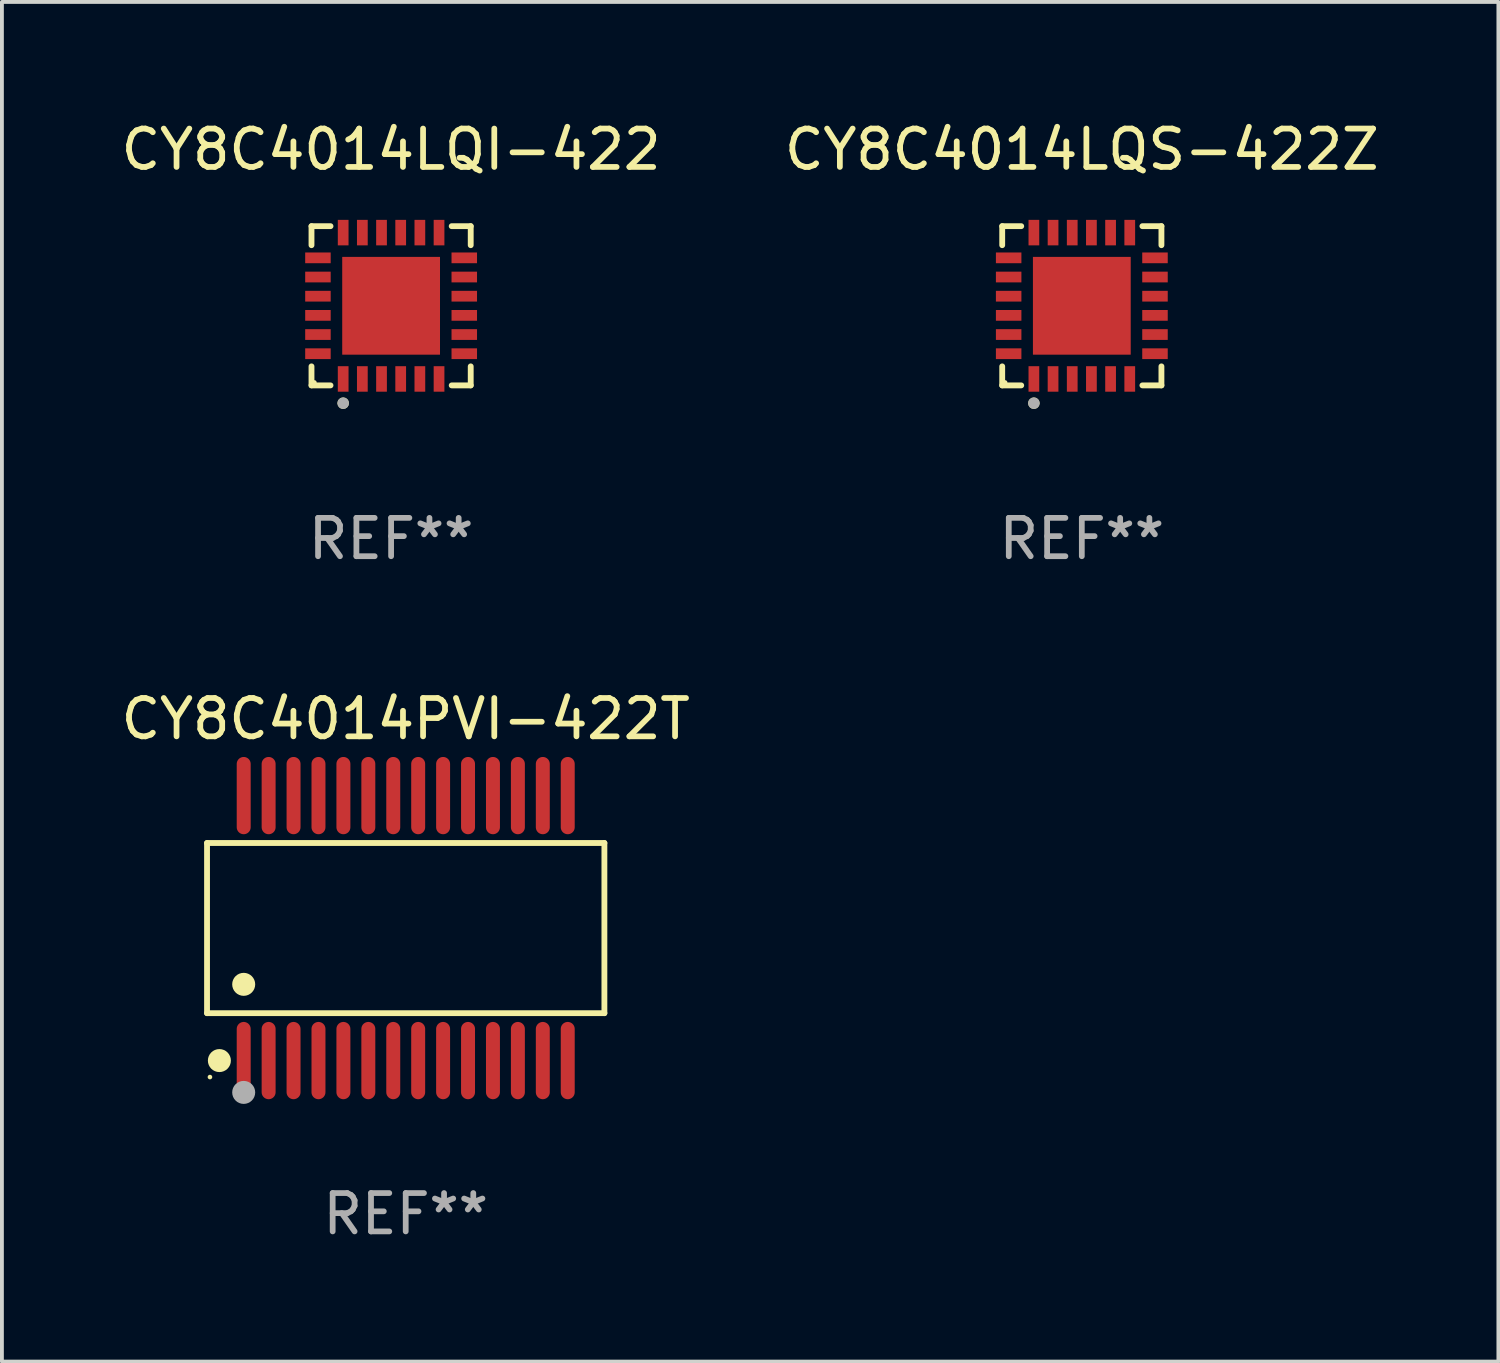
<source format=kicad_pcb>
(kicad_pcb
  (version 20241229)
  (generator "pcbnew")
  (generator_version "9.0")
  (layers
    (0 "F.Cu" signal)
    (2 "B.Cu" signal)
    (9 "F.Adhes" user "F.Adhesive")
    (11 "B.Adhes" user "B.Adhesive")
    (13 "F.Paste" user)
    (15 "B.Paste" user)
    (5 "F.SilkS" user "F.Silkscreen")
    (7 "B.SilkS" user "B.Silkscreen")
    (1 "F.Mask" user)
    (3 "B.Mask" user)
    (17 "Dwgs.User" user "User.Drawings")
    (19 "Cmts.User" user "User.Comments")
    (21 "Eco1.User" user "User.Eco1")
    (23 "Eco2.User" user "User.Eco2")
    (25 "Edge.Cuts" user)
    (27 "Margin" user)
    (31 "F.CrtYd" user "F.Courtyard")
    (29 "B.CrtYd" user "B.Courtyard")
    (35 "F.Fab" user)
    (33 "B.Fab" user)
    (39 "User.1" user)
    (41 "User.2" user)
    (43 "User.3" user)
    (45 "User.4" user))
  (footprint "CY8C4014LQI-422"
    (layer "F.Cu")
    (at 7.149 4.924)
    (property "Reference" "CY8C4014LQI-422" (at 0 -4.076 0) (layer "F.SilkS") (effects (font (size 1 1) (thickness 0.15))))
    (attr through_hole)
    (fp_line (start -2.076 -2.076) (end -1.58 -2.076) (stroke (width 0.152) (type solid)) (layer "F.SilkS"))
    (fp_line (start -2.076 -1.58) (end -2.076 -2.076) (stroke (width 0.152) (type solid)) (layer "F.SilkS"))
    (fp_line (start -2.076 1.58) (end -2.076 2.076) (stroke (width 0.152) (type solid)) (layer "F.SilkS"))
    (fp_line (start -2.076 2.076) (end -1.58 2.076) (stroke (width 0.152) (type solid)) (layer "F.SilkS"))
    (fp_line (start 2.076 -2.076) (end 1.58 -2.076) (stroke (width 0.152) (type solid)) (layer "F.SilkS"))
    (fp_line (start 2.076 -1.58) (end 2.076 -2.076) (stroke (width 0.152) (type solid)) (layer "F.SilkS"))
    (fp_line (start 2.076 1.58) (end 2.076 2.076) (stroke (width 0.152) (type solid)) (layer "F.SilkS"))
    (fp_line (start 2.076 2.076) (end 1.58 2.076) (stroke (width 0.152) (type solid)) (layer "F.SilkS"))
    (fp_circle (center -2 2) (end -1.97 2) (stroke (width 0.06) (type solid)) (fill no) (layer "F.SilkS"))
    (fp_circle (center -1.25 2.54) (end -1.175 2.54) (stroke (width 0.15) (type solid)) (fill no) (layer "F.SilkS"))
    (fp_circle (center -1.25 2.54) (end -1.175 2.54) (stroke (width 0.15) (type solid)) (fill no) (layer "F.Fab"))
    (fp_text user "REF**" (at 0 6.076 0) (layer "F.Fab") (effects (font (size 1 1) (thickness 0.15))))
    (pad "1" smd rect (at -1.25 1.908) (size 0.28 0.665) (layers "F.Cu" "F.Mask" "F.Paste"))
    (pad "2" smd rect (at -0.75 1.908) (size 0.28 0.665) (layers "F.Cu" "F.Mask" "F.Paste"))
    (pad "3" smd rect (at -0.25 1.908) (size 0.28 0.665) (layers "F.Cu" "F.Mask" "F.Paste"))
    (pad "4" smd rect (at 0.25 1.908) (size 0.28 0.665) (layers "F.Cu" "F.Mask" "F.Paste"))
    (pad "5" smd rect (at 0.75 1.908) (size 0.28 0.665) (layers "F.Cu" "F.Mask" "F.Paste"))
    (pad "6" smd rect (at 1.25 1.908) (size 0.28 0.665) (layers "F.Cu" "F.Mask" "F.Paste"))
    (pad "7" smd rect (at 1.908 1.25) (size 0.665 0.28) (layers "F.Cu" "F.Mask" "F.Paste"))
    (pad "8" smd rect (at 1.908 0.75) (size 0.665 0.28) (layers "F.Cu" "F.Mask" "F.Paste"))
    (pad "9" smd rect (at 1.908 0.25) (size 0.665 0.28) (layers "F.Cu" "F.Mask" "F.Paste"))
    (pad "10" smd rect (at 1.908 -0.25) (size 0.665 0.28) (layers "F.Cu" "F.Mask" "F.Paste"))
    (pad "11" smd rect (at 1.908 -0.75) (size 0.665 0.28) (layers "F.Cu" "F.Mask" "F.Paste"))
    (pad "12" smd rect (at 1.908 -1.25) (size 0.665 0.28) (layers "F.Cu" "F.Mask" "F.Paste"))
    (pad "13" smd rect (at 1.25 -1.908) (size 0.28 0.665) (layers "F.Cu" "F.Mask" "F.Paste"))
    (pad "14" smd rect (at 0.75 -1.908) (size 0.28 0.665) (layers "F.Cu" "F.Mask" "F.Paste"))
    (pad "15" smd rect (at 0.25 -1.908) (size 0.28 0.665) (layers "F.Cu" "F.Mask" "F.Paste"))
    (pad "16" smd rect (at -0.25 -1.908) (size 0.28 0.665) (layers "F.Cu" "F.Mask" "F.Paste"))
    (pad "17" smd rect (at -0.75 -1.908) (size 0.28 0.665) (layers "F.Cu" "F.Mask" "F.Paste"))
    (pad "18" smd rect (at -1.25 -1.908) (size 0.28 0.665) (layers "F.Cu" "F.Mask" "F.Paste"))
    (pad "19" smd rect (at -1.908 -1.25) (size 0.665 0.28) (layers "F.Cu" "F.Mask" "F.Paste"))
    (pad "20" smd rect (at -1.908 -0.75) (size 0.665 0.28) (layers "F.Cu" "F.Mask" "F.Paste"))
    (pad "21" smd rect (at -1.908 -0.25) (size 0.665 0.28) (layers "F.Cu" "F.Mask" "F.Paste"))
    (pad "22" smd rect (at -1.908 0.25) (size 0.665 0.28) (layers "F.Cu" "F.Mask" "F.Paste"))
    (pad "23" smd rect (at -1.908 0.75) (size 0.665 0.28) (layers "F.Cu" "F.Mask" "F.Paste"))
    (pad "24" smd rect (at -1.908 1.25) (size 0.665 0.28) (layers "F.Cu" "F.Mask" "F.Paste"))
    (pad "25" smd rect (at 0 0) (size 2.55 2.55) (layers "F.Cu" "F.Mask" "F.Paste")))
  (footprint "CY8C4014PVI-422T"
    (layer "F.Cu")
    (at 7.53 21.152)
    (property "Reference" "CY8C4014PVI-422T" (at 0 -5.455 0) (layer "F.SilkS") (effects (font (size 1 1) (thickness 0.15))))
    (attr through_hole)
    (fp_line (start -5.181 -2.219) (end 5.181 -2.219) (stroke (width 0.152) (type solid)) (layer "F.SilkS"))
    (fp_line (start -5.181 2.219) (end -5.181 -2.219) (stroke (width 0.152) (type solid)) (layer "F.SilkS"))
    (fp_line (start 5.181 -2.219) (end 5.181 2.219) (stroke (width 0.152) (type solid)) (layer "F.SilkS"))
    (fp_line (start 5.181 2.219) (end -5.181 2.219) (stroke (width 0.152) (type solid)) (layer "F.SilkS"))
    (fp_circle (center -5.105 3.885) (end -5.075 3.885) (stroke (width 0.06) (type solid)) (fill no) (layer "F.SilkS"))
    (fp_circle (center -4.859 3.455) (end -4.709 3.455) (stroke (width 0.3) (type solid)) (fill no) (layer "F.SilkS"))
    (fp_circle (center -4.225 1.467) (end -4.075 1.467) (stroke (width 0.3) (type solid)) (fill no) (layer "F.SilkS"))
    (fp_circle (center -4.225 4.285) (end -4.075 4.285) (stroke (width 0.3) (type solid)) (fill no) (layer "F.Fab"))
    (fp_text user "REF**" (at 0 7.455 0) (layer "F.Fab") (effects (font (size 1 1) (thickness 0.15))))
    (pad "1" smd oval (at -4.225 3.455) (size 0.364 2.015) (layers "F.Cu" "F.Mask" "F.Paste"))
    (pad "2" smd oval (at -3.575 3.455) (size 0.364 2.015) (layers "F.Cu" "F.Mask" "F.Paste"))
    (pad "3" smd oval (at -2.925 3.455) (size 0.364 2.015) (layers "F.Cu" "F.Mask" "F.Paste"))
    (pad "4" smd oval (at -2.275 3.455) (size 0.364 2.015) (layers "F.Cu" "F.Mask" "F.Paste"))
    (pad "5" smd oval (at -1.625 3.455) (size 0.364 2.015) (layers "F.Cu" "F.Mask" "F.Paste"))
    (pad "6" smd oval (at -0.975 3.455) (size 0.364 2.015) (layers "F.Cu" "F.Mask" "F.Paste"))
    (pad "7" smd oval (at -0.325 3.455) (size 0.364 2.015) (layers "F.Cu" "F.Mask" "F.Paste"))
    (pad "8" smd oval (at 0.325 3.455) (size 0.364 2.015) (layers "F.Cu" "F.Mask" "F.Paste"))
    (pad "9" smd oval (at 0.975 3.455) (size 0.364 2.015) (layers "F.Cu" "F.Mask" "F.Paste"))
    (pad "10" smd oval (at 1.625 3.455) (size 0.364 2.015) (layers "F.Cu" "F.Mask" "F.Paste"))
    (pad "11" smd oval (at 2.275 3.455) (size 0.364 2.015) (layers "F.Cu" "F.Mask" "F.Paste"))
    (pad "12" smd oval (at 2.925 3.455) (size 0.364 2.015) (layers "F.Cu" "F.Mask" "F.Paste"))
    (pad "13" smd oval (at 3.575 3.455) (size 0.364 2.015) (layers "F.Cu" "F.Mask" "F.Paste"))
    (pad "14" smd oval (at 4.225 3.455) (size 0.364 2.015) (layers "F.Cu" "F.Mask" "F.Paste"))
    (pad "15" smd oval (at 4.225 -3.455) (size 0.364 2.015) (layers "F.Cu" "F.Mask" "F.Paste"))
    (pad "16" smd oval (at 3.575 -3.455) (size 0.364 2.015) (layers "F.Cu" "F.Mask" "F.Paste"))
    (pad "17" smd oval (at 2.925 -3.455) (size 0.364 2.015) (layers "F.Cu" "F.Mask" "F.Paste"))
    (pad "18" smd oval (at 2.275 -3.455) (size 0.364 2.015) (layers "F.Cu" "F.Mask" "F.Paste"))
    (pad "19" smd oval (at 1.625 -3.455) (size 0.364 2.015) (layers "F.Cu" "F.Mask" "F.Paste"))
    (pad "20" smd oval (at 0.975 -3.455) (size 0.364 2.015) (layers "F.Cu" "F.Mask" "F.Paste"))
    (pad "21" smd oval (at 0.325 -3.455) (size 0.364 2.015) (layers "F.Cu" "F.Mask" "F.Paste"))
    (pad "22" smd oval (at -0.325 -3.455) (size 0.364 2.015) (layers "F.Cu" "F.Mask" "F.Paste"))
    (pad "23" smd oval (at -0.975 -3.455) (size 0.364 2.015) (layers "F.Cu" "F.Mask" "F.Paste"))
    (pad "24" smd oval (at -1.625 -3.455) (size 0.364 2.015) (layers "F.Cu" "F.Mask" "F.Paste"))
    (pad "25" smd oval (at -2.275 -3.455) (size 0.364 2.015) (layers "F.Cu" "F.Mask" "F.Paste"))
    (pad "26" smd oval (at -2.925 -3.455) (size 0.364 2.015) (layers "F.Cu" "F.Mask" "F.Paste"))
    (pad "27" smd oval (at -3.575 -3.455) (size 0.364 2.015) (layers "F.Cu" "F.Mask" "F.Paste"))
    (pad "28" smd oval (at -4.225 -3.455) (size 0.364 2.015) (layers "F.Cu" "F.Mask" "F.Paste")))
  (footprint "CY8C4014LQS-422Z"
    (layer "F.Cu")
    (at 25.161 4.924)
    (property "Reference" "CY8C4014LQS-422Z" (at 0 -4.076 0) (layer "F.SilkS") (effects (font (size 1 1) (thickness 0.15))))
    (attr through_hole)
    (fp_line (start -2.076 -2.076) (end -1.58 -2.076) (stroke (width 0.152) (type solid)) (layer "F.SilkS"))
    (fp_line (start -2.076 -1.58) (end -2.076 -2.076) (stroke (width 0.152) (type solid)) (layer "F.SilkS"))
    (fp_line (start -2.076 1.58) (end -2.076 2.076) (stroke (width 0.152) (type solid)) (layer "F.SilkS"))
    (fp_line (start -2.076 2.076) (end -1.58 2.076) (stroke (width 0.152) (type solid)) (layer "F.SilkS"))
    (fp_line (start 2.076 -2.076) (end 1.58 -2.076) (stroke (width 0.152) (type solid)) (layer "F.SilkS"))
    (fp_line (start 2.076 -1.58) (end 2.076 -2.076) (stroke (width 0.152) (type solid)) (layer "F.SilkS"))
    (fp_line (start 2.076 1.58) (end 2.076 2.076) (stroke (width 0.152) (type solid)) (layer "F.SilkS"))
    (fp_line (start 2.076 2.076) (end 1.58 2.076) (stroke (width 0.152) (type solid)) (layer "F.SilkS"))
    (fp_circle (center -2 2) (end -1.97 2) (stroke (width 0.06) (type solid)) (fill no) (layer "F.SilkS"))
    (fp_circle (center -1.25 2.54) (end -1.175 2.54) (stroke (width 0.15) (type solid)) (fill no) (layer "F.SilkS"))
    (fp_circle (center -1.25 2.54) (end -1.175 2.54) (stroke (width 0.15) (type solid)) (fill no) (layer "F.Fab"))
    (fp_text user "REF**" (at 0 6.076 0) (layer "F.Fab") (effects (font (size 1 1) (thickness 0.15))))
    (pad "1" smd rect (at -1.25 1.908) (size 0.28 0.665) (layers "F.Cu" "F.Mask" "F.Paste"))
    (pad "2" smd rect (at -0.75 1.908) (size 0.28 0.665) (layers "F.Cu" "F.Mask" "F.Paste"))
    (pad "3" smd rect (at -0.25 1.908) (size 0.28 0.665) (layers "F.Cu" "F.Mask" "F.Paste"))
    (pad "4" smd rect (at 0.25 1.908) (size 0.28 0.665) (layers "F.Cu" "F.Mask" "F.Paste"))
    (pad "5" smd rect (at 0.75 1.908) (size 0.28 0.665) (layers "F.Cu" "F.Mask" "F.Paste"))
    (pad "6" smd rect (at 1.25 1.908) (size 0.28 0.665) (layers "F.Cu" "F.Mask" "F.Paste"))
    (pad "7" smd rect (at 1.908 1.25) (size 0.665 0.28) (layers "F.Cu" "F.Mask" "F.Paste"))
    (pad "8" smd rect (at 1.908 0.75) (size 0.665 0.28) (layers "F.Cu" "F.Mask" "F.Paste"))
    (pad "9" smd rect (at 1.908 0.25) (size 0.665 0.28) (layers "F.Cu" "F.Mask" "F.Paste"))
    (pad "10" smd rect (at 1.908 -0.25) (size 0.665 0.28) (layers "F.Cu" "F.Mask" "F.Paste"))
    (pad "11" smd rect (at 1.908 -0.75) (size 0.665 0.28) (layers "F.Cu" "F.Mask" "F.Paste"))
    (pad "12" smd rect (at 1.908 -1.25) (size 0.665 0.28) (layers "F.Cu" "F.Mask" "F.Paste"))
    (pad "13" smd rect (at 1.25 -1.908) (size 0.28 0.665) (layers "F.Cu" "F.Mask" "F.Paste"))
    (pad "14" smd rect (at 0.75 -1.908) (size 0.28 0.665) (layers "F.Cu" "F.Mask" "F.Paste"))
    (pad "15" smd rect (at 0.25 -1.908) (size 0.28 0.665) (layers "F.Cu" "F.Mask" "F.Paste"))
    (pad "16" smd rect (at -0.25 -1.908) (size 0.28 0.665) (layers "F.Cu" "F.Mask" "F.Paste"))
    (pad "17" smd rect (at -0.75 -1.908) (size 0.28 0.665) (layers "F.Cu" "F.Mask" "F.Paste"))
    (pad "18" smd rect (at -1.25 -1.908) (size 0.28 0.665) (layers "F.Cu" "F.Mask" "F.Paste"))
    (pad "19" smd rect (at -1.908 -1.25) (size 0.665 0.28) (layers "F.Cu" "F.Mask" "F.Paste"))
    (pad "20" smd rect (at -1.908 -0.75) (size 0.665 0.28) (layers "F.Cu" "F.Mask" "F.Paste"))
    (pad "21" smd rect (at -1.908 -0.25) (size 0.665 0.28) (layers "F.Cu" "F.Mask" "F.Paste"))
    (pad "22" smd rect (at -1.908 0.25) (size 0.665 0.28) (layers "F.Cu" "F.Mask" "F.Paste"))
    (pad "23" smd rect (at -1.908 0.75) (size 0.665 0.28) (layers "F.Cu" "F.Mask" "F.Paste"))
    (pad "24" smd rect (at -1.908 1.25) (size 0.665 0.28) (layers "F.Cu" "F.Mask" "F.Paste"))
    (pad "25" smd rect (at 0 0) (size 2.55 2.55) (layers "F.Cu" "F.Mask" "F.Paste")))
  (gr_rect
    (start -3 -3)
    (end 36.024 32.456)
    (stroke (width 0.1) (type default))
    (fill no)
    (layer "Edge.Cuts")))
</source>
